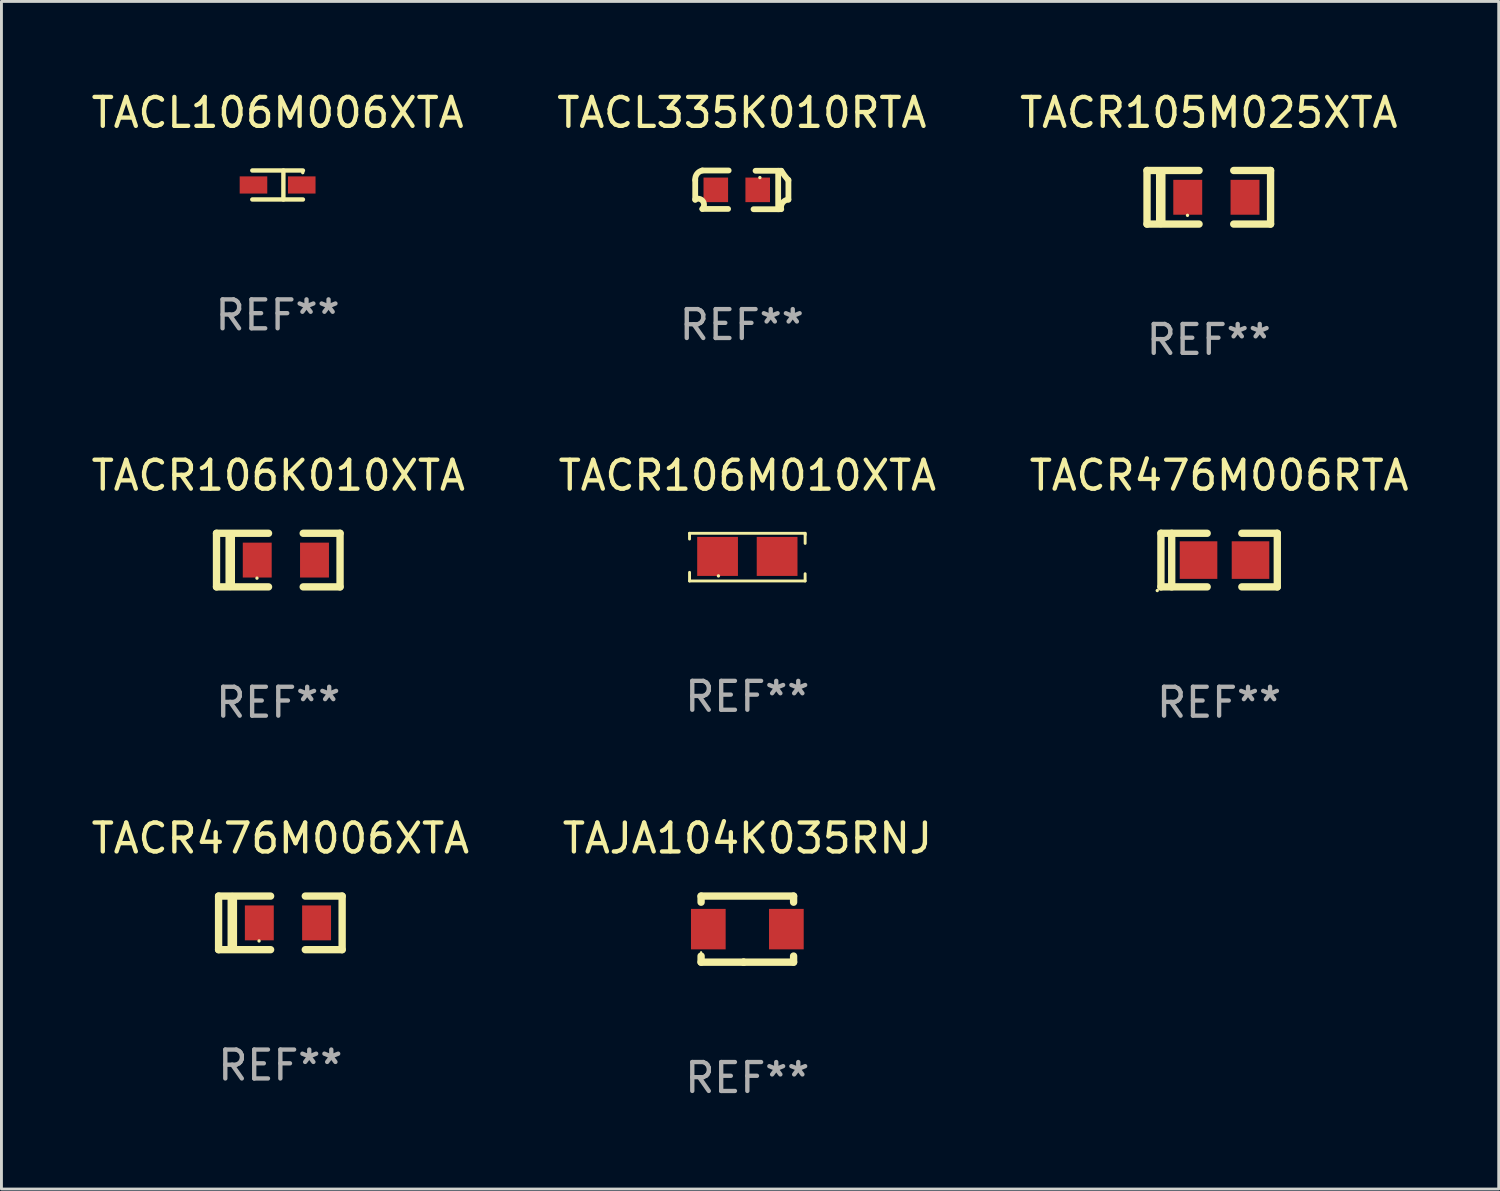
<source format=kicad_pcb>
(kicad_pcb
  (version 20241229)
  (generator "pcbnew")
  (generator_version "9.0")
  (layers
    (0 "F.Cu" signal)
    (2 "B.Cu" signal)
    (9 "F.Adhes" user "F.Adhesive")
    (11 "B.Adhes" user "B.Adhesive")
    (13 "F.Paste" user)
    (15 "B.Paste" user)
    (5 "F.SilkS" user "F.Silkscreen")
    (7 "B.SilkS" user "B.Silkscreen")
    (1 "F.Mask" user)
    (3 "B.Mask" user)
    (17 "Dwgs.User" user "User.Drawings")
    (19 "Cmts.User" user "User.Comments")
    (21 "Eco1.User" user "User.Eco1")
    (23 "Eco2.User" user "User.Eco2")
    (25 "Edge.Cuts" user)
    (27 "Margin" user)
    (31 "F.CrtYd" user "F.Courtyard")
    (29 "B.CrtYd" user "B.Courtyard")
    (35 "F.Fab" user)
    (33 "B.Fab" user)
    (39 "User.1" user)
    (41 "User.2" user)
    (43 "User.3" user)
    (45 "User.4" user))
  (footprint "TACR106M010XTA"
    (layer "F.Cu")
    (at 22.804 16.224)
    (property "Reference" "TACR106M010XTA" (at 0 -2.825 0) (layer "F.SilkS") (effects (font (size 1 1) (thickness 0.15))))
    (attr through_hole)
    (fp_line (start -2 -0.825) (end -2 -0.625) (stroke (width 0.1) (type solid)) (layer "F.SilkS"))
    (fp_line (start -1.999 0.825) (end -1.999 0.526) (stroke (width 0.1) (type solid)) (layer "F.SilkS"))
    (fp_line (start 1.999 0.574) (end 1.999 0.825) (stroke (width 0.1) (type solid)) (layer "F.SilkS"))
    (fp_line (start 1.999 0.825) (end -1.999 0.825) (stroke (width 0.1) (type solid)) (layer "F.SilkS"))
    (fp_line (start 2 -0.825) (end -2 -0.825) (stroke (width 0.1) (type solid)) (layer "F.SilkS"))
    (fp_line (start 2 -0.775) (end 2 -0.825) (stroke (width 0.1) (type solid)) (layer "F.SilkS"))
    (fp_line (start 2 -0.475) (end 2 -0.775) (stroke (width 0.1) (type solid)) (layer "F.SilkS"))
    (fp_circle (center -1 0.65) (end -0.97 0.65) (stroke (width 0.06) (type solid)) (fill no) (layer "F.SilkS"))
    (fp_text user "REF**" (at 0 4.825 0) (layer "F.Fab") (effects (font (size 1 1) (thickness 0.15))))
    (pad "1" smd rect (at -1.03 -0.025) (size 1.41 1.35) (layers "F.Cu" "F.Mask" "F.Paste"))
    (pad "2" smd rect (at 1.03 -0.025) (size 1.41 1.35) (layers "F.Cu" "F.Mask" "F.Paste")))
  (footprint "TACR476M006XTA"
    (layer "F.Cu")
    (at 6.649 28.877)
    (property "Reference" "TACR476M006XTA" (at 0 -2.927 0) (layer "F.SilkS") (effects (font (size 1 1) (thickness 0.15))))
    (attr through_hole)
    (fp_line (start -2.137 0.927) (end -2.137 -0.927) (stroke (width 0.254) (type solid)) (layer "F.SilkS"))
    (fp_line (start -1.662 0.874) (end -1.662 -0.874) (stroke (width 0.33) (type solid)) (layer "F.SilkS"))
    (fp_line (start -0.337 -0.927) (end -2.137 -0.927) (stroke (width 0.254) (type solid)) (layer "F.SilkS"))
    (fp_line (start -0.337 0.927) (end -2.137 0.927) (stroke (width 0.254) (type solid)) (layer "F.SilkS"))
    (fp_line (start 0.862 0.927) (end 2.137 0.927) (stroke (width 0.254) (type solid)) (layer "F.SilkS"))
    (fp_line (start 2.137 -0.927) (end 0.862 -0.927) (stroke (width 0.254) (type solid)) (layer "F.SilkS"))
    (fp_line (start 2.137 0.927) (end 2.137 -0.927) (stroke (width 0.254) (type solid)) (layer "F.SilkS"))
    (fp_circle (center -0.737 0.625) (end -0.707 0.625) (stroke (width 0.06) (type solid)) (fill no) (layer "F.SilkS"))
    (fp_text user "REF**" (at 0 4.927 0) (layer "F.Fab") (effects (font (size 1 1) (thickness 0.15))))
    (pad "1" smd rect (at -0.728 0) (size 1 1.207) (layers "F.Cu" "F.Mask" "F.Paste"))
    (pad "2" smd rect (at 1.253 0) (size 1 1.207) (layers "F.Cu" "F.Mask" "F.Paste")))
  (footprint "TACR105M025XTA"
    (layer "F.Cu")
    (at 38.768 3.775)
    (property "Reference" "TACR105M025XTA" (at 0 -2.927 0) (layer "F.SilkS") (effects (font (size 1 1) (thickness 0.15))))
    (attr through_hole)
    (fp_line (start -2.137 0.927) (end -2.137 -0.927) (stroke (width 0.254) (type solid)) (layer "F.SilkS"))
    (fp_line (start -1.662 0.874) (end -1.662 -0.874) (stroke (width 0.33) (type solid)) (layer "F.SilkS"))
    (fp_line (start -0.337 -0.927) (end -2.137 -0.927) (stroke (width 0.254) (type solid)) (layer "F.SilkS"))
    (fp_line (start -0.337 0.927) (end -2.137 0.927) (stroke (width 0.254) (type solid)) (layer "F.SilkS"))
    (fp_line (start 0.862 0.927) (end 2.137 0.927) (stroke (width 0.254) (type solid)) (layer "F.SilkS"))
    (fp_line (start 2.137 -0.927) (end 0.862 -0.927) (stroke (width 0.254) (type solid)) (layer "F.SilkS"))
    (fp_line (start 2.137 0.927) (end 2.137 -0.927) (stroke (width 0.254) (type solid)) (layer "F.SilkS"))
    (fp_circle (center -0.737 0.625) (end -0.707 0.625) (stroke (width 0.06) (type solid)) (fill no) (layer "F.SilkS"))
    (fp_text user "REF**" (at 0 4.927 0) (layer "F.Fab") (effects (font (size 1 1) (thickness 0.15))))
    (pad "1" smd rect (at -0.728 0) (size 1 1.207) (layers "F.Cu" "F.Mask" "F.Paste"))
    (pad "2" smd rect (at 1.253 0) (size 1 1.207) (layers "F.Cu" "F.Mask" "F.Paste")))
  (footprint "TACR106K010XTA"
    (layer "F.Cu")
    (at 6.577 16.326)
    (property "Reference" "TACR106K010XTA" (at 0 -2.927 0) (layer "F.SilkS") (effects (font (size 1 1) (thickness 0.15))))
    (attr through_hole)
    (fp_line (start -2.137 0.927) (end -2.137 -0.927) (stroke (width 0.254) (type solid)) (layer "F.SilkS"))
    (fp_line (start -1.662 0.874) (end -1.662 -0.874) (stroke (width 0.33) (type solid)) (layer "F.SilkS"))
    (fp_line (start -0.337 -0.927) (end -2.137 -0.927) (stroke (width 0.254) (type solid)) (layer "F.SilkS"))
    (fp_line (start -0.337 0.927) (end -2.137 0.927) (stroke (width 0.254) (type solid)) (layer "F.SilkS"))
    (fp_line (start 0.862 0.927) (end 2.137 0.927) (stroke (width 0.254) (type solid)) (layer "F.SilkS"))
    (fp_line (start 2.137 -0.927) (end 0.862 -0.927) (stroke (width 0.254) (type solid)) (layer "F.SilkS"))
    (fp_line (start 2.137 0.927) (end 2.137 -0.927) (stroke (width 0.254) (type solid)) (layer "F.SilkS"))
    (fp_circle (center -0.737 0.625) (end -0.707 0.625) (stroke (width 0.06) (type solid)) (fill no) (layer "F.SilkS"))
    (fp_text user "REF**" (at 0 4.927 0) (layer "F.Fab") (effects (font (size 1 1) (thickness 0.15))))
    (pad "1" smd rect (at -0.728 0) (size 1 1.207) (layers "F.Cu" "F.Mask" "F.Paste"))
    (pad "2" smd rect (at 1.253 0) (size 1 1.207) (layers "F.Cu" "F.Mask" "F.Paste")))
  (footprint "TACL106M006XTA"
    (layer "F.Cu")
    (at 6.554 3.35)
    (property "Reference" "TACL106M006XTA" (at 0 -2.502 0) (layer "F.SilkS") (effects (font (size 1 1) (thickness 0.15))))
    (attr through_hole)
    (fp_line (start -0.876 -0.502) (end 0.876 -0.502) (stroke (width 0.152) (type solid)) (layer "F.SilkS"))
    (fp_line (start -0.876 0.501) (end 0.876 0.501) (stroke (width 0.152) (type solid)) (layer "F.SilkS"))
    (fp_line (start 0.2 -0.501) (end 0.2 0.502) (stroke (width 0.152) (type solid)) (layer "F.SilkS"))
    (fp_circle (center 0.869 -0.426) (end 0.899 -0.426) (stroke (width 0.06) (type solid)) (fill no) (layer "F.SilkS"))
    (fp_text user "REF**" (at 0 4.502 0) (layer "F.Fab") (effects (font (size 1 1) (thickness 0.15))))
    (pad "1" smd rect (at 0.835 -0.001) (size 0.954 0.594) (layers "F.Cu" "F.Mask" "F.Paste"))
    (pad "2" smd rect (at -0.835 -0.001) (size 0.954 0.594) (layers "F.Cu" "F.Mask" "F.Paste")))
  (footprint "TAJA104K035RNJ"
    (layer "F.Cu")
    (at 22.804 29.093)
    (property "Reference" "TAJA104K035RNJ" (at 0 -3.143 0) (layer "F.SilkS") (effects (font (size 1 1) (thickness 0.15))))
    (attr through_hole)
    (fp_line (start -1.6 1.143) (end -0.128 1.143) (stroke (width 0.254) (type solid)) (layer "F.SilkS"))
    (fp_line (start -1.6 -1.143) (end -1.6 -0.931) (stroke (width 0.254) (type solid)) (layer "F.SilkS"))
    (fp_line (start -1.6 -1.143) (end 1.6 -1.143) (stroke (width 0.254) (type solid)) (layer "F.SilkS"))
    (fp_line (start -1.6 0.931) (end -1.6 1.143) (stroke (width 0.254) (type solid)) (layer "F.SilkS"))
    (fp_line (start -0.128 1.143) (end -0.128 1.143) (stroke (width 0.254) (type solid)) (layer "F.SilkS"))
    (fp_line (start -0.128 1.143) (end 1.6 1.143) (stroke (width 0.254) (type solid)) (layer "F.SilkS"))
    (fp_line (start 1.6 -1.143) (end 1.6 -0.931) (stroke (width 0.254) (type solid)) (layer "F.SilkS"))
    (fp_line (start 1.6 0.931) (end 1.6 1.143) (stroke (width 0.254) (type solid)) (layer "F.SilkS"))
    (fp_circle (center -1.6 0.8) (end -1.58 0.8) (stroke (width 0.04) (type solid)) (fill no) (layer "F.SilkS"))
    (fp_text user "REF**" (at 0 5.143 0) (layer "F.Fab") (effects (font (size 1 1) (thickness 0.15))))
    (pad "1" smd rect (at -1.35 0) (size 1.2 1.4) (layers "F.Cu" "F.Mask" "F.Paste"))
    (pad "2" smd rect (at 1.35 0) (size 1.2 1.4) (layers "F.Cu" "F.Mask" "F.Paste")))
  (footprint "TACR476M006RTA"
    (layer "F.Cu")
    (at 39.125 16.326)
    (property "Reference" "TACR476M006RTA" (at 0 -2.927 0) (layer "F.SilkS") (effects (font (size 1 1) (thickness 0.15))))
    (attr through_hole)
    (fp_line (start -2.013 -0.927) (end -2.013 0.927) (stroke (width 0.254) (type solid)) (layer "F.SilkS"))
    (fp_line (start -2.013 0.927) (end -0.413 0.927) (stroke (width 0.254) (type solid)) (layer "F.SilkS"))
    (fp_line (start -1.64 -0.927) (end -1.64 0.927) (stroke (width 0.254) (type solid)) (layer "F.SilkS"))
    (fp_line (start -0.413 -0.927) (end -2.013 -0.927) (stroke (width 0.254) (type solid)) (layer "F.SilkS"))
    (fp_line (start 0.786 -0.927) (end 2.013 -0.927) (stroke (width 0.254) (type solid)) (layer "F.SilkS"))
    (fp_line (start 2.013 -0.927) (end 2.013 0.927) (stroke (width 0.254) (type solid)) (layer "F.SilkS"))
    (fp_line (start 2.013 0.927) (end 0.786 0.927) (stroke (width 0.254) (type solid)) (layer "F.SilkS"))
    (fp_circle (center -2.14 1.054) (end -2.11 1.054) (stroke (width 0.06) (type solid)) (fill no) (layer "F.SilkS"))
    (fp_text user "REF**" (at 0 4.927 0) (layer "F.Fab") (effects (font (size 1 1) (thickness 0.15))))
    (pad "1" smd rect (at -0.712 0) (size 1.3 1.3) (layers "F.Cu" "F.Mask" "F.Paste"))
    (pad "2" smd rect (at 1.086 0) (size 1.3 1.3) (layers "F.Cu" "F.Mask" "F.Paste")))
  (footprint "TACL335K010RTA"
    (layer "F.Cu")
    (at 22.613 3.518)
    (property "Reference" "TACL335K010RTA" (at 0 -2.67 0) (layer "F.SilkS") (effects (font (size 1 1) (thickness 0.15))))
    (attr through_hole)
    (fp_line (start -1.612 -0.337) (end -1.612 0.347) (stroke (width 0.2) (type solid)) (layer "F.SilkS"))
    (fp_line (start -1.365 -0.67) (end -0.455 -0.67) (stroke (width 0.2) (type solid)) (layer "F.SilkS"))
    (fp_line (start -1.365 0.66) (end -0.475 0.66) (stroke (width 0.2) (type solid)) (layer "F.SilkS"))
    (fp_line (start 1.258 -0.66) (end 1.258 0.67) (stroke (width 0.2) (type solid)) (layer "F.SilkS"))
    (fp_line (start 1.315 0.67) (end 0.405 0.67) (stroke (width 0.2) (type solid)) (layer "F.SilkS"))
    (fp_line (start 1.365 -0.66) (end 0.475 -0.66) (stroke (width 0.2) (type solid)) (layer "F.SilkS"))
    (fp_line (start 1.612 0.337) (end 1.612 -0.347) (stroke (width 0.2) (type solid)) (layer "F.SilkS"))
    (fp_arc (start -1.611685 -0.33749) (mid -1.551639 -0.550734) (end -1.364948 -0.670003) (stroke (width 0.2) (type solid)) (layer "F.SilkS"))
    (fp_arc (start -1.611684 0.327432) (mid -1.348512 0.38999) (end -1.364948 0.659995) (stroke (width 0.2) (type solid)) (layer "F.SilkS"))
    (fp_arc (start 1.364948 0.669952) (mid 1.409994 0.445562) (end 1.611684 0.33739) (stroke (width 0.2) (type solid)) (layer "F.SilkS"))
    (fp_arc (start 1.611684 -0.327534) (mid 1.482088 -0.489181) (end 1.364948 -0.660071) (stroke (width 0.2) (type solid)) (layer "F.SilkS"))
    (fp_circle (center 0.625 -0.425) (end 0.655 -0.425) (stroke (width 0.06) (type solid)) (fill no) (layer "F.SilkS"))
    (fp_text user "REF**" (at 0 4.67 0) (layer "F.Fab") (effects (font (size 1 1) (thickness 0.15))))
    (pad "1" smd rect (at 0.55 0) (size 0.85 0.85) (layers "F.Cu" "F.Mask" "F.Paste"))
    (pad "2" smd rect (at -0.9 0) (size 0.85 0.85) (layers "F.Cu" "F.Mask" "F.Paste")))
  (gr_rect
    (start -3 -3)
    (end 48.798 38.084)
    (stroke (width 0.1) (type default))
    (fill no)
    (layer "Edge.Cuts")))
</source>
